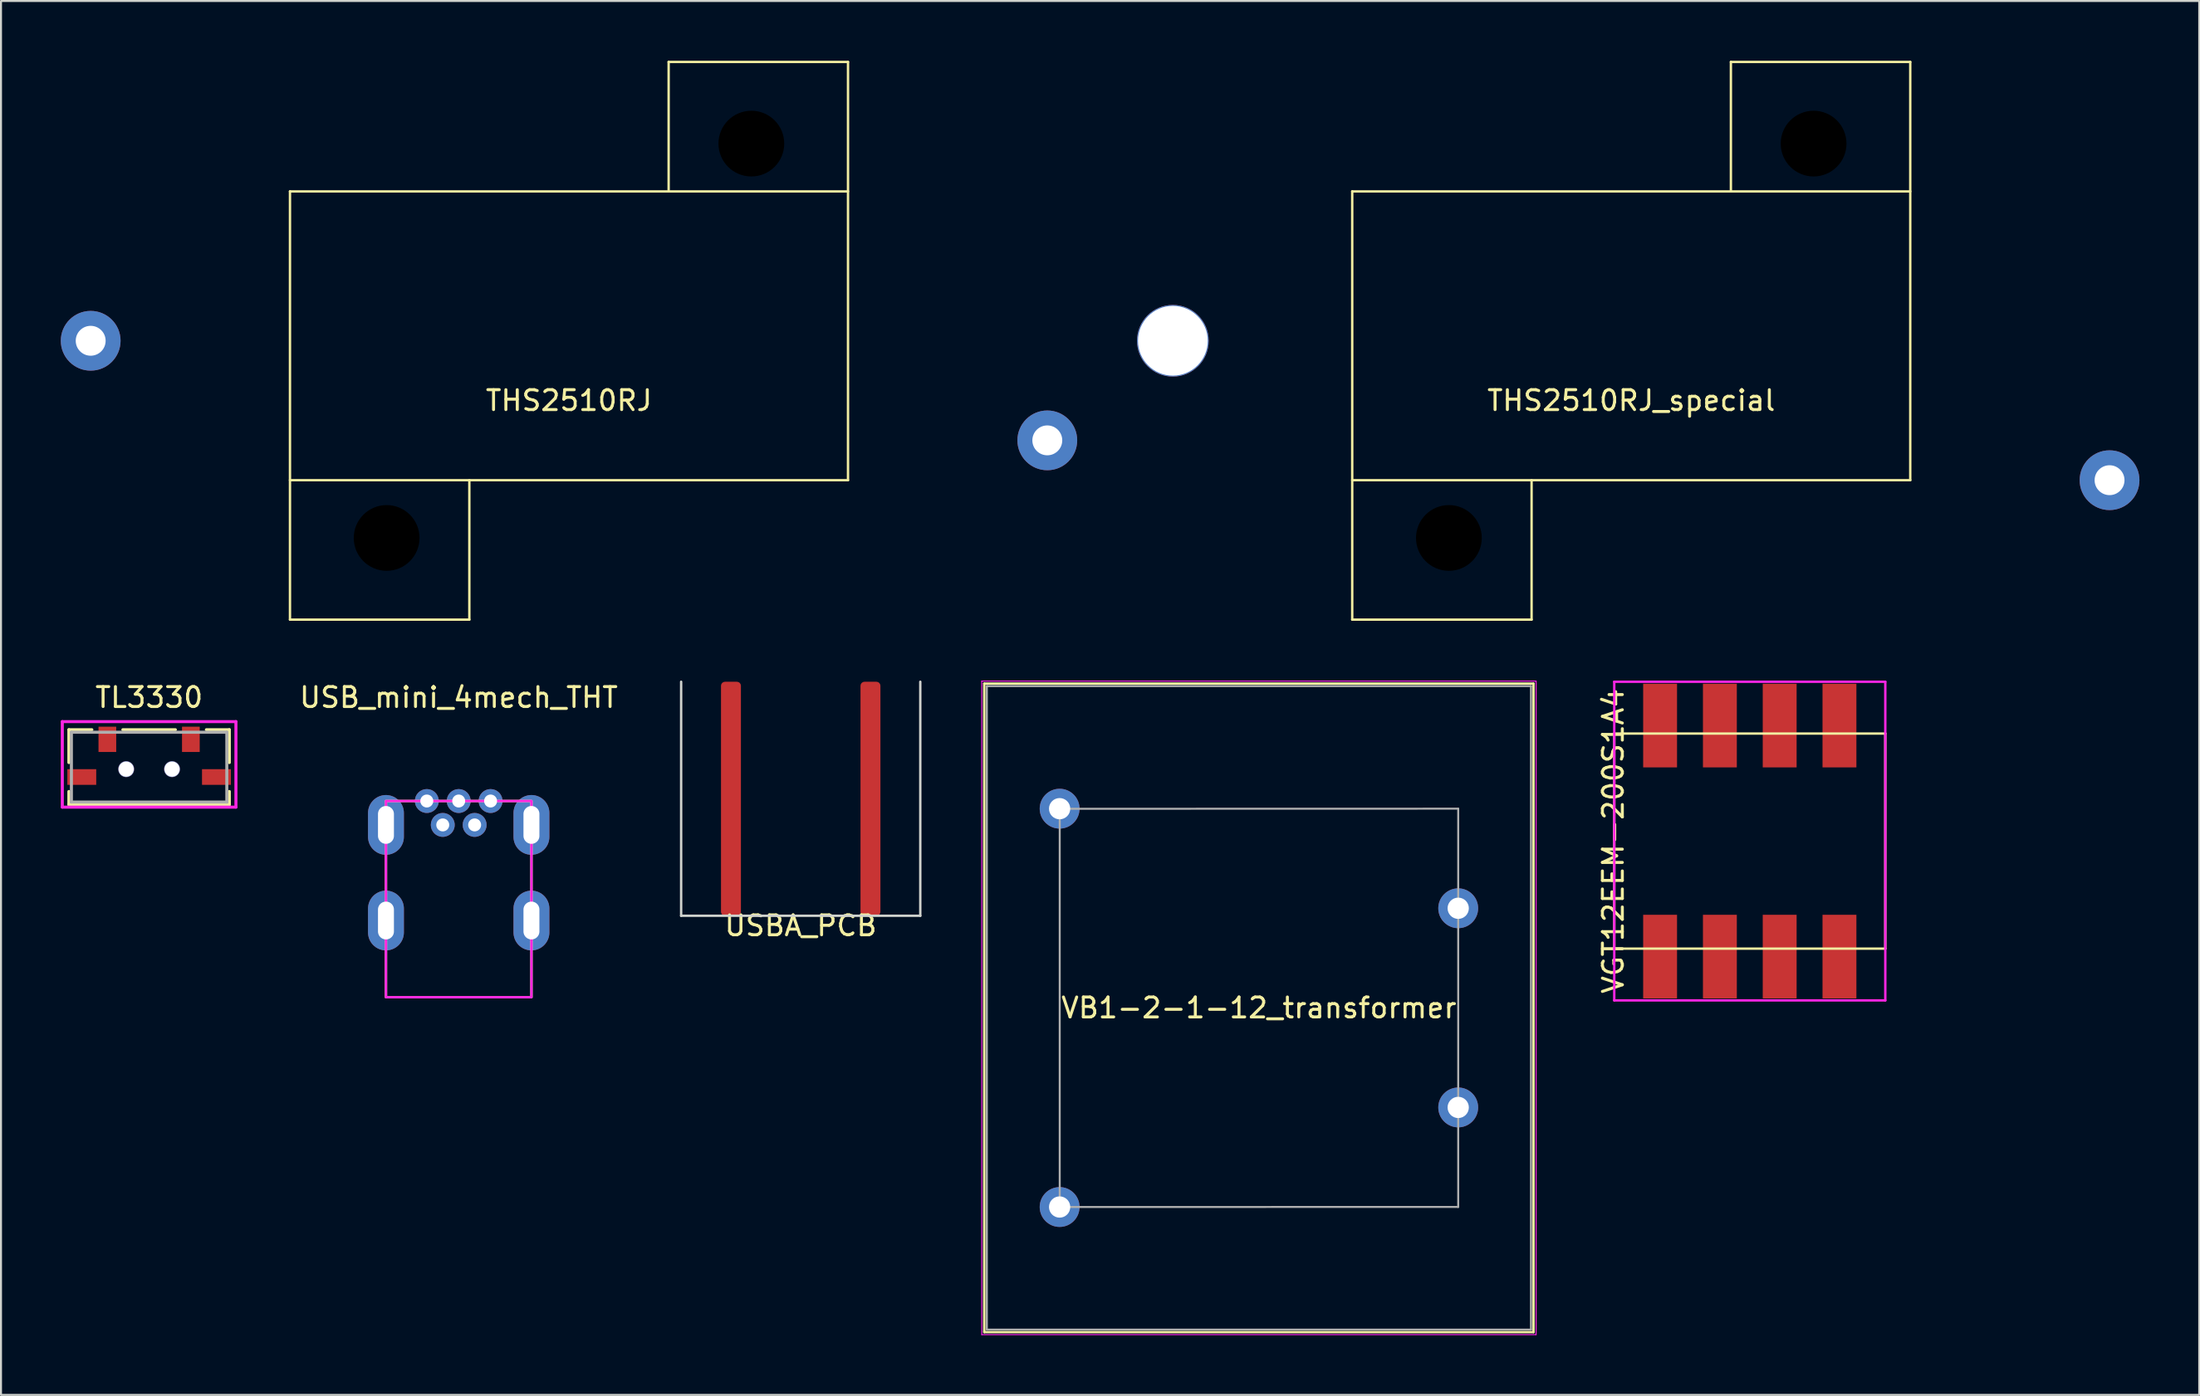
<source format=kicad_pcb>
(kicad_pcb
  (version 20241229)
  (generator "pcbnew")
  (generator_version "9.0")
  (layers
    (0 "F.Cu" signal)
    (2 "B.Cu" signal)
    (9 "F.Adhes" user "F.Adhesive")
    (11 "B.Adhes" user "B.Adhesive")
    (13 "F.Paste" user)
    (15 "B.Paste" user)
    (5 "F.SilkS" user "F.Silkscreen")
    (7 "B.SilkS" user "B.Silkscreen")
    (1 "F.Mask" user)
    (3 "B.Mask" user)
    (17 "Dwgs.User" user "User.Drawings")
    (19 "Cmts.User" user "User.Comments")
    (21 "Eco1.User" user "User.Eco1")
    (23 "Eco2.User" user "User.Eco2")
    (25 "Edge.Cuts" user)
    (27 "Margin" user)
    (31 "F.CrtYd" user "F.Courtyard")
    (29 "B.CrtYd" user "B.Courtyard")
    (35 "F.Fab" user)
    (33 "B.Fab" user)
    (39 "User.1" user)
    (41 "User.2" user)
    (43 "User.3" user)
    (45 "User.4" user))
  (footprint "THS2510RJ"
    (layer "F.Cu")
    (at 25.5 14.06)
    (property "Reference" "THS2510RJ" (at 0 3 0) (layer "F.SilkS") (effects (font (size 1 1) (thickness 0.15))))
    (fp_line (start -14 -7.5) (end 14 -7.5) (stroke (width 0.12) (type solid)) (layer "F.SilkS"))
    (fp_line (start -14 7) (end 14 7) (stroke (width 0.12) (type solid)) (layer "F.SilkS"))
    (fp_line (start -14 14) (end -14 -7.5) (stroke (width 0.12) (type solid)) (layer "F.SilkS"))
    (fp_line (start -5 14) (end -14 14) (stroke (width 0.12) (type solid)) (layer "F.SilkS"))
    (fp_line (start -5 14) (end -5 7) (stroke (width 0.12) (type solid)) (layer "F.SilkS"))
    (fp_line (start 5 -14) (end 5 -7.5) (stroke (width 0.12) (type solid)) (layer "F.SilkS"))
    (fp_line (start 5 -14) (end 14 -14) (stroke (width 0.12) (type solid)) (layer "F.SilkS"))
    (fp_line (start 14 -14) (end 14 7) (stroke (width 0.12) (type solid)) (layer "F.SilkS"))
    (pad "" np_thru_hole circle (at -9.15 9.9) (size 3.3 3.3) (drill 3.3) (layers "*.Mask"))
    (pad "" np_thru_hole circle (at 9.15 -9.9) (size 3.3 3.3) (drill 3.3) (layers "*.Mask"))
    (pad "1" thru_hole oval (at -24 0) (size 3 3) (drill 1.5) (layers "*.Cu" "*.Mask"))
    (pad "2" thru_hole oval (at 24 5) (size 3 3) (drill 1.5) (layers "*.Cu" "*.Mask")))
  (footprint "TL3330"
    (layer "F.Cu")
    (at 4.432 35.468)
    (property "Reference" "TL3330" (at 0 -3.5 0) (layer "F.SilkS") (effects (font (size 1 1) (thickness 0.15))))
    (attr through_hole)
    (fp_line (start -4.026 -1.88) (end -4.026 -0.231) (stroke (width 0.152) (type solid)) (layer "F.SilkS"))
    (fp_line (start -4.026 1.222) (end -4.026 1.88) (stroke (width 0.152) (type solid)) (layer "F.SilkS"))
    (fp_line (start -4.026 1.88) (end 4.026 1.88) (stroke (width 0.152) (type solid)) (layer "F.SilkS"))
    (fp_line (start -2.873 -1.88) (end -4.026 -1.88) (stroke (width 0.152) (type solid)) (layer "F.SilkS"))
    (fp_line (start 1.318 -1.88) (end -1.318 -1.88) (stroke (width 0.152) (type solid)) (layer "F.SilkS"))
    (fp_line (start 4.026 -1.88) (end 2.873 -1.88) (stroke (width 0.152) (type solid)) (layer "F.SilkS"))
    (fp_line (start 4.026 -0.231) (end 4.026 -1.88) (stroke (width 0.152) (type solid)) (layer "F.SilkS"))
    (fp_line (start 4.026 1.88) (end 4.026 1.222) (stroke (width 0.152) (type solid)) (layer "F.SilkS"))
    (fp_line (start -4.356 -2.286) (end -4.356 2.007) (stroke (width 0.152) (type solid)) (layer "F.CrtYd"))
    (fp_line (start -4.356 2.007) (end 4.356 2.007) (stroke (width 0.152) (type solid)) (layer "F.CrtYd"))
    (fp_line (start 4.356 -2.286) (end -4.356 -2.286) (stroke (width 0.152) (type solid)) (layer "F.CrtYd"))
    (fp_line (start 4.356 2.007) (end 4.356 -2.286) (stroke (width 0.152) (type solid)) (layer "F.CrtYd"))
    (fp_line (start -3.899 -1.753) (end -3.899 1.753) (stroke (width 0.152) (type solid)) (layer "F.Fab"))
    (fp_line (start -3.899 1.753) (end 3.899 1.753) (stroke (width 0.152) (type solid)) (layer "F.Fab"))
    (fp_line (start 3.899 -1.753) (end -3.899 -1.753) (stroke (width 0.152) (type solid)) (layer "F.Fab"))
    (fp_line (start 3.899 1.753) (end 3.899 -1.753) (stroke (width 0.152) (type solid)) (layer "F.Fab"))
    (pad "" np_thru_hole circle (at -1.15 0.1) (size 0.8 0.8) (drill 0.762) (layers "*.Cu" "*.Mask"))
    (pad "" np_thru_hole circle (at 1.15 0.1) (size 0.8 0.8) (drill 0.762) (layers "*.Cu" "*.Mask"))
    (pad "1" smd rect (at -2.095 -1.397) (size 0.889 1.27) (layers "F.Cu" "F.Mask" "F.Paste"))
    (pad "2" smd rect (at 2.095 -1.397) (size 0.889 1.27) (layers "F.Cu" "F.Mask" "F.Paste"))
    (pad "3" smd rect (at -3.378 0.495) (size 1.448 0.787) (layers "F.Cu" "F.Mask" "F.Paste"))
    (pad "4" smd rect (at 3.378 0.495) (size 1.448 0.787) (layers "F.Cu" "F.Mask" "F.Paste")))
  (footprint "VGT12EEM-200S1A4"
    (layer "F.Cu")
    (at 84.748 39.18)
    (property "Reference" "VGT12EEM-200S1A4" (at -6.85 0 90) (layer "F.SilkS") (effects (font (size 1 1) (thickness 0.15))))
    (attr through_hole)
    (fp_line (start -6.8 -5.4) (end 6.8 -5.4) (stroke (width 0.12) (type default)) (layer "F.SilkS"))
    (fp_line (start -6.8 5.4) (end -6.8 -5.4) (stroke (width 0.12) (type default)) (layer "F.SilkS"))
    (fp_line (start 6.8 -5.4) (end 6.8 5.4) (stroke (width 0.12) (type default)) (layer "F.SilkS"))
    (fp_line (start 6.8 5.4) (end -6.8 5.4) (stroke (width 0.12) (type default)) (layer "F.SilkS"))
    (fp_line (start -6.8 -8) (end -6.8 8) (stroke (width 0.12) (type default)) (layer "F.CrtYd"))
    (fp_line (start -6.8 8) (end 6.8 8) (stroke (width 0.12) (type default)) (layer "F.CrtYd"))
    (fp_line (start 6.8 -8) (end -6.8 -8) (stroke (width 0.12) (type default)) (layer "F.CrtYd"))
    (fp_line (start 6.8 8) (end 6.8 -8) (stroke (width 0.12) (type default)) (layer "F.CrtYd"))
    (pad "1" smd rect (at -4.5 5.8) (size 1.7 4.2) (layers "F.Cu" "F.Mask" "F.Paste"))
    (pad "2" smd rect (at -1.5 5.8) (size 1.7 4.2) (layers "F.Cu" "F.Mask" "F.Paste"))
    (pad "3" smd rect (at 1.5 5.8) (size 1.7 4.2) (layers "F.Cu" "F.Mask" "F.Paste"))
    (pad "4" smd rect (at 4.5 5.8) (size 1.7 4.2) (layers "F.Cu" "F.Mask" "F.Paste"))
    (pad "5" smd rect (at 4.5 -5.8) (size 1.7 4.2) (layers "F.Cu" "F.Mask" "F.Paste"))
    (pad "6" smd rect (at 1.5 -5.8) (size 1.7 4.2) (layers "F.Cu" "F.Mask" "F.Paste"))
    (pad "7" smd rect (at -1.5 -5.8) (size 1.7 4.2) (layers "F.Cu" "F.Mask" "F.Paste"))
    (pad "8" smd rect (at -4.5 -5.8) (size 1.7 4.2) (layers "F.Cu" "F.Mask" "F.Paste")))
  (footprint "USB_mini_4mech_THT"
    (layer "F.Cu")
    (at 19.966 37.168)
    (property "Reference" "USB_mini_4mech_THT" (at 0 -5.2 0) (unlocked yes) (layer "F.SilkS") (effects (font (size 1 1) (thickness 0.15))))
    (attr through_hole)
    (fp_rect (start -3.65 0) (end 3.65 9.85) (stroke (width 0.12) (type default)) (fill no) (layer "F.SilkS"))
    (fp_rect (start -3.65 0) (end 3.65 9.85) (stroke (width 0.12) (type default)) (fill no) (layer "F.CrtYd"))
    (pad "1" thru_hole circle (at -1.6 0) (size 1.2 1.2) (drill 0.65) (layers "*.Cu" "*.Mask"))
    (pad "2" thru_hole circle (at -0.8 1.2) (size 1.2 1.2) (drill 0.65) (layers "*.Cu" "*.Mask"))
    (pad "3" thru_hole circle (at 0 0) (size 1.2 1.2) (drill 0.65) (layers "*.Cu" "*.Mask"))
    (pad "4" thru_hole circle (at 0.8 1.2) (size 1.2 1.2) (drill 0.65) (layers "*.Cu" "*.Mask"))
    (pad "5" thru_hole circle (at 1.6 0) (size 1.2 1.2) (drill 0.65) (layers "*.Cu" "*.Mask"))
    (pad "6" thru_hole oval (at -3.65 1.2) (size 1.8 3) (drill oval 0.8 1.9) (layers "*.Cu" "*.Mask"))
    (pad "6" thru_hole oval (at -3.65 6) (size 1.8 3) (drill oval 0.8 1.9) (layers "*.Cu" "*.Mask"))
    (pad "6" thru_hole oval (at 3.65 1.2) (size 1.8 3) (drill oval 0.8 1.9) (layers "*.Cu" "*.Mask"))
    (pad "6" thru_hole oval (at 3.65 6) (size 1.8 3) (drill oval 0.8 1.9) (layers "*.Cu" "*.Mask")))
  (footprint "USBA_PCB"
    (layer "F.Cu")
    (at 37.127 42.93)
    (property "Reference" "USBA_PCB" (at 0 0.5 0) (layer "F.SilkS") (effects (font (size 1 1) (thickness 0.15))))
    (attr through_hole)
    (fp_line (start -6 0) (end -6 -11.75) (stroke (width 0.12) (type solid)) (layer "Eco2.User"))
    (fp_line (start 6 0) (end -6 0) (stroke (width 0.12) (type solid)) (layer "Eco2.User"))
    (fp_line (start 6 0) (end 6 -11.75) (stroke (width 0.12) (type solid)) (layer "Eco2.User"))
    (fp_line (start -6 0) (end -6 -11.75) (stroke (width 0.12) (type solid)) (layer "Edge.Cuts"))
    (fp_line (start 6 0) (end -6 0) (stroke (width 0.12) (type solid)) (layer "Edge.Cuts"))
    (fp_line (start 6 0) (end 6 -11.75) (stroke (width 0.12) (type solid)) (layer "Edge.Cuts"))
    (pad "1" smd roundrect (at 3.5 -5.875) (size 1 11.75) (layers "F.Cu" "F.Mask" "F.Paste") (roundrect_rratio 0.2))
    (pad "4" smd roundrect (at -3.5 -5.875) (size 1 11.75) (layers "F.Cu" "F.Mask" "F.Paste") (roundrect_rratio 0.2)))
  (footprint "THS2510RJ_special"
    (layer "F.Cu")
    (at 78.8 14.06)
    (property "Reference" "THS2510RJ_special" (at 0 3 0) (layer "F.SilkS") (effects (font (size 1 1) (thickness 0.15))))
    (fp_line (start -14 -7.5) (end 14 -7.5) (stroke (width 0.12) (type solid)) (layer "F.SilkS"))
    (fp_line (start -14 7) (end 14 7) (stroke (width 0.12) (type solid)) (layer "F.SilkS"))
    (fp_line (start -14 14) (end -14 -7.5) (stroke (width 0.12) (type solid)) (layer "F.SilkS"))
    (fp_line (start -5 14) (end -14 14) (stroke (width 0.12) (type solid)) (layer "F.SilkS"))
    (fp_line (start -5 14) (end -5 7) (stroke (width 0.12) (type solid)) (layer "F.SilkS"))
    (fp_line (start 5 -14) (end 5 -7.5) (stroke (width 0.12) (type solid)) (layer "F.SilkS"))
    (fp_line (start 5 -14) (end 14 -14) (stroke (width 0.12) (type solid)) (layer "F.SilkS"))
    (fp_line (start 14 -14) (end 14 7) (stroke (width 0.12) (type solid)) (layer "F.SilkS"))
    (pad "" thru_hole circle (at -23 0) (size 3.6 3.6) (drill 3.5) (layers "*.Mask"))
    (pad "" np_thru_hole circle (at -9.15 9.9) (size 3.3 3.3) (drill 3.3) (layers "*.Mask"))
    (pad "" np_thru_hole circle (at 9.15 -9.9) (size 3.3 3.3) (drill 3.3) (layers "*.Mask"))
    (pad "2" thru_hole oval (at 24 7) (size 3 3) (drill 1.5) (layers "*.Cu" "*.Mask")))
  (footprint "VB1-2-1-12_transformer"
    (layer "F.Cu")
    (at 50.118 37.553)
    (property "Reference" "VB1-2-1-12_transformer" (at 10 10 0) (layer "F.SilkS") (effects (font (size 1 1) (thickness 0.15))))
    (attr through_hole)
    (fp_line (start -3.78 -6.281) (end -3.78 26.281) (stroke (width 0.12) (type solid)) (layer "F.SilkS"))
    (fp_line (start -3.78 26.281) (end 23.779 26.281) (stroke (width 0.12) (type solid)) (layer "F.SilkS"))
    (fp_line (start 23.779 -6.281) (end -3.78 -6.281) (stroke (width 0.12) (type solid)) (layer "F.SilkS"))
    (fp_line (start 23.779 26.281) (end 23.779 -6.281) (stroke (width 0.12) (type solid)) (layer "F.SilkS"))
    (fp_line (start -3.906 -6.408) (end -3.906 26.408) (stroke (width 0.05) (type solid)) (layer "F.CrtYd"))
    (fp_line (start -3.906 26.408) (end 23.907 26.408) (stroke (width 0.05) (type solid)) (layer "F.CrtYd"))
    (fp_line (start 23.907 -6.408) (end -3.906 -6.408) (stroke (width 0.05) (type solid)) (layer "F.CrtYd"))
    (fp_line (start 23.907 26.408) (end 23.907 -6.408) (stroke (width 0.05) (type solid)) (layer "F.CrtYd"))
    (fp_line (start -3.652 -6.154) (end -3.652 26.154) (stroke (width 0.1) (type solid)) (layer "F.Fab"))
    (fp_line (start -3.652 26.154) (end 23.652 26.154) (stroke (width 0.1) (type solid)) (layer "F.Fab"))
    (fp_line (start 0.005 0.005) (end 20 0) (stroke (width 0.1) (type solid)) (layer "F.Fab"))
    (fp_line (start 0.005 19.995) (end 0.005 0.005) (stroke (width 0.1) (type solid)) (layer "F.Fab"))
    (fp_line (start 19.995 19.995) (end 0 20) (stroke (width 0.1) (type solid)) (layer "F.Fab"))
    (fp_line (start 20 0) (end 20 20) (stroke (width 0.1) (type solid)) (layer "F.Fab"))
    (fp_line (start 23.652 -6.154) (end -3.652 -6.154) (stroke (width 0.1) (type solid)) (layer "F.Fab"))
    (fp_line (start 23.652 26.154) (end 23.652 -6.154) (stroke (width 0.1) (type solid)) (layer "F.Fab"))
    (pad "1" thru_hole circle (at 0 0) (size 2 2) (drill 1.067) (layers "*.Cu" "*.Mask"))
    (pad "2" thru_hole circle (at 0 20) (size 2 2) (drill 1.067) (layers "*.Cu" "*.Mask"))
    (pad "3" thru_hole circle (at 20 5) (size 2 2) (drill 1.067) (layers "*.Cu" "*.Mask"))
    (pad "4" thru_hole circle (at 20 15) (size 2 2) (drill 1.067) (layers "*.Cu" "*.Mask")))
  (gr_rect
    (start -3 -3)
    (end 107.3 66.987)
    (stroke (width 0.1) (type default))
    (fill no)
    (layer "Edge.Cuts")))
</source>
